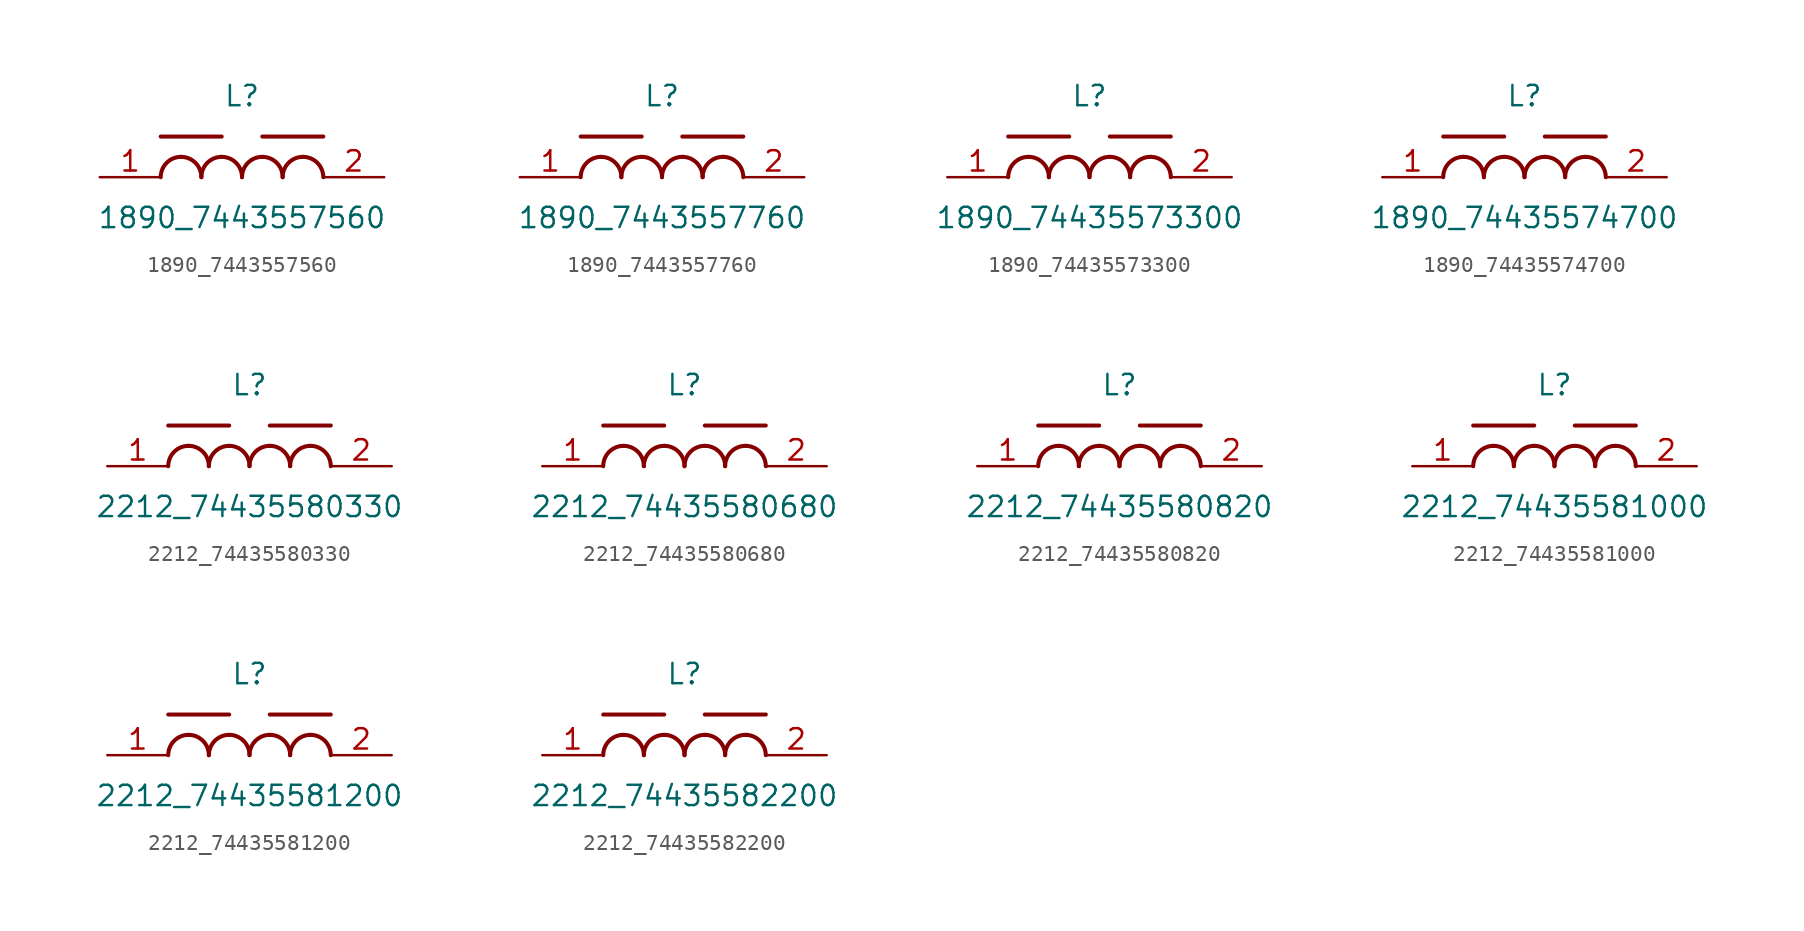
<source format=kicad_sym>
(kicad_symbol_lib
  (version 20211014)
  (generator kicad_symbol_editor)
  (symbol "Inductor_Wurth_WE-HCI:1890_7443557560"
    (pin_names hide)
    (property "Reference" "L"
      (at 0 5.08 0)
      (effects (font (size 1.27 1.27))))
    (property "Value" "1890_7443557560"
      (at 0 -2.54 0)
      (effects (font (size 1.27 1.27))))
    (symbol "1890_7443557560_0_1"
      (arc (start -3.81 1.27) (mid -4.708 0.898) (end -5.08 0) (stroke (width 0.254) (type default) (color 0 0 0 0)) (fill (type none)))
      (arc (start -2.54 0) (mid -2.912 0.898) (end -3.81 1.27) (stroke (width 0.254) (type default) (color 0 0 0 0)) (fill (type none)))
      (arc (start -1.2699 1.2701) (mid -2.1679 0.8981) (end -2.5399 0.0001) (stroke (width 0.254) (type default) (color 0 0 0 0)) (fill (type none)))
      (polyline (pts (xy -5.08 2.54) (xy -1.27 2.54)) (stroke (width 0.254) (type default) (color 0 0 0 0)) (fill (type none)))
      (polyline (pts (xy 5.08 2.54) (xy 1.27 2.54)) (stroke (width 0.254) (type default) (color 0 0 0 0)) (fill (type none)))
      (arc (start 0.0001 0.0001) (mid -0.3719 0.8981) (end -1.2699 1.2701) (stroke (width 0.254) (type default) (color 0 0 0 0)) (fill (type none)))
      (arc (start 1.2701 1.2701) (mid 0.3721 0.8981) (end 0.0001 0.0001) (stroke (width 0.254) (type default) (color 0 0 0 0)) (fill (type none)))
      (arc (start 2.5401 0.0001) (mid 2.1681 0.8981) (end 1.2701 1.2701) (stroke (width 0.254) (type default) (color 0 0 0 0)) (fill (type none)))
      (arc (start 3.8101 1.2701) (mid 2.9121 0.8981) (end 2.5401 0.0001) (stroke (width 0.254) (type default) (color 0 0 0 0)) (fill (type none)))
      (arc (start 5.0801 0.0001) (mid 4.7081 0.8981) (end 3.8101 1.2701) (stroke (width 0.254) (type default) (color 0 0 0 0)) (fill (type none))))
    (symbol "1890_7443557560_1_1"
      (pin passive line (at -8.89 0 0) (length 3.81) (name "1" (effects (font (size 1.27 1.27)))) (number "1" (effects (font (size 1.27 1.27)))))
      (pin passive line (at 8.89 0 180) (length 3.81) (name "2" (effects (font (size 1.27 1.27)))) (number "2" (effects (font (size 1.27 1.27)))))))
  (symbol "Inductor_Wurth_WE-HCI:1890_7443557760"
    (pin_names hide)
    (property "Reference" "L"
      (at 0 5.08 0)
      (effects (font (size 1.27 1.27))))
    (property "Value" "1890_7443557760"
      (at 0 -2.54 0)
      (effects (font (size 1.27 1.27))))
    (symbol "1890_7443557760_0_1"
      (arc (start -3.81 1.27) (mid -4.708 0.898) (end -5.08 0) (stroke (width 0.254) (type default) (color 0 0 0 0)) (fill (type none)))
      (arc (start -2.54 0) (mid -2.912 0.898) (end -3.81 1.27) (stroke (width 0.254) (type default) (color 0 0 0 0)) (fill (type none)))
      (arc (start -1.2699 1.2701) (mid -2.1679 0.8981) (end -2.5399 0.0001) (stroke (width 0.254) (type default) (color 0 0 0 0)) (fill (type none)))
      (polyline (pts (xy -5.08 2.54) (xy -1.27 2.54)) (stroke (width 0.254) (type default) (color 0 0 0 0)) (fill (type none)))
      (polyline (pts (xy 5.08 2.54) (xy 1.27 2.54)) (stroke (width 0.254) (type default) (color 0 0 0 0)) (fill (type none)))
      (arc (start 0.0001 0.0001) (mid -0.3719 0.8981) (end -1.2699 1.2701) (stroke (width 0.254) (type default) (color 0 0 0 0)) (fill (type none)))
      (arc (start 1.2701 1.2701) (mid 0.3721 0.8981) (end 0.0001 0.0001) (stroke (width 0.254) (type default) (color 0 0 0 0)) (fill (type none)))
      (arc (start 2.5401 0.0001) (mid 2.1681 0.8981) (end 1.2701 1.2701) (stroke (width 0.254) (type default) (color 0 0 0 0)) (fill (type none)))
      (arc (start 3.8101 1.2701) (mid 2.9121 0.8981) (end 2.5401 0.0001) (stroke (width 0.254) (type default) (color 0 0 0 0)) (fill (type none)))
      (arc (start 5.0801 0.0001) (mid 4.7081 0.8981) (end 3.8101 1.2701) (stroke (width 0.254) (type default) (color 0 0 0 0)) (fill (type none))))
    (symbol "1890_7443557760_1_1"
      (pin passive line (at -8.89 0 0) (length 3.81) (name "1" (effects (font (size 1.27 1.27)))) (number "1" (effects (font (size 1.27 1.27)))))
      (pin passive line (at 8.89 0 180) (length 3.81) (name "2" (effects (font (size 1.27 1.27)))) (number "2" (effects (font (size 1.27 1.27)))))))
  (symbol "Inductor_Wurth_WE-HCI:1890_74435573300"
    (pin_names hide)
    (property "Reference" "L"
      (at 0 5.08 0)
      (effects (font (size 1.27 1.27))))
    (property "Value" "1890_74435573300"
      (at 0 -2.54 0)
      (effects (font (size 1.27 1.27))))
    (symbol "1890_74435573300_0_1"
      (arc (start -3.81 1.27) (mid -4.708 0.898) (end -5.08 0) (stroke (width 0.254) (type default) (color 0 0 0 0)) (fill (type none)))
      (arc (start -2.54 0) (mid -2.912 0.898) (end -3.81 1.27) (stroke (width 0.254) (type default) (color 0 0 0 0)) (fill (type none)))
      (arc (start -1.2699 1.2701) (mid -2.1679 0.8981) (end -2.5399 0.0001) (stroke (width 0.254) (type default) (color 0 0 0 0)) (fill (type none)))
      (polyline (pts (xy -5.08 2.54) (xy -1.27 2.54)) (stroke (width 0.254) (type default) (color 0 0 0 0)) (fill (type none)))
      (polyline (pts (xy 5.08 2.54) (xy 1.27 2.54)) (stroke (width 0.254) (type default) (color 0 0 0 0)) (fill (type none)))
      (arc (start 0.0001 0.0001) (mid -0.3719 0.8981) (end -1.2699 1.2701) (stroke (width 0.254) (type default) (color 0 0 0 0)) (fill (type none)))
      (arc (start 1.2701 1.2701) (mid 0.3721 0.8981) (end 0.0001 0.0001) (stroke (width 0.254) (type default) (color 0 0 0 0)) (fill (type none)))
      (arc (start 2.5401 0.0001) (mid 2.1681 0.8981) (end 1.2701 1.2701) (stroke (width 0.254) (type default) (color 0 0 0 0)) (fill (type none)))
      (arc (start 3.8101 1.2701) (mid 2.9121 0.8981) (end 2.5401 0.0001) (stroke (width 0.254) (type default) (color 0 0 0 0)) (fill (type none)))
      (arc (start 5.0801 0.0001) (mid 4.7081 0.8981) (end 3.8101 1.2701) (stroke (width 0.254) (type default) (color 0 0 0 0)) (fill (type none))))
    (symbol "1890_74435573300_1_1"
      (pin passive line (at -8.89 0 0) (length 3.81) (name "1" (effects (font (size 1.27 1.27)))) (number "1" (effects (font (size 1.27 1.27)))))
      (pin passive line (at 8.89 0 180) (length 3.81) (name "2" (effects (font (size 1.27 1.27)))) (number "2" (effects (font (size 1.27 1.27)))))))
  (symbol "Inductor_Wurth_WE-HCI:1890_74435574700"
    (pin_names hide)
    (property "Reference" "L"
      (at 0 5.08 0)
      (effects (font (size 1.27 1.27))))
    (property "Value" "1890_74435574700"
      (at 0 -2.54 0)
      (effects (font (size 1.27 1.27))))
    (symbol "1890_74435574700_0_1"
      (arc (start -3.81 1.27) (mid -4.708 0.898) (end -5.08 0) (stroke (width 0.254) (type default) (color 0 0 0 0)) (fill (type none)))
      (arc (start -2.54 0) (mid -2.912 0.898) (end -3.81 1.27) (stroke (width 0.254) (type default) (color 0 0 0 0)) (fill (type none)))
      (arc (start -1.2699 1.2701) (mid -2.1679 0.8981) (end -2.5399 0.0001) (stroke (width 0.254) (type default) (color 0 0 0 0)) (fill (type none)))
      (polyline (pts (xy -5.08 2.54) (xy -1.27 2.54)) (stroke (width 0.254) (type default) (color 0 0 0 0)) (fill (type none)))
      (polyline (pts (xy 5.08 2.54) (xy 1.27 2.54)) (stroke (width 0.254) (type default) (color 0 0 0 0)) (fill (type none)))
      (arc (start 0.0001 0.0001) (mid -0.3719 0.8981) (end -1.2699 1.2701) (stroke (width 0.254) (type default) (color 0 0 0 0)) (fill (type none)))
      (arc (start 1.2701 1.2701) (mid 0.3721 0.8981) (end 0.0001 0.0001) (stroke (width 0.254) (type default) (color 0 0 0 0)) (fill (type none)))
      (arc (start 2.5401 0.0001) (mid 2.1681 0.8981) (end 1.2701 1.2701) (stroke (width 0.254) (type default) (color 0 0 0 0)) (fill (type none)))
      (arc (start 3.8101 1.2701) (mid 2.9121 0.8981) (end 2.5401 0.0001) (stroke (width 0.254) (type default) (color 0 0 0 0)) (fill (type none)))
      (arc (start 5.0801 0.0001) (mid 4.7081 0.8981) (end 3.8101 1.2701) (stroke (width 0.254) (type default) (color 0 0 0 0)) (fill (type none))))
    (symbol "1890_74435574700_1_1"
      (pin passive line (at -8.89 0 0) (length 3.81) (name "1" (effects (font (size 1.27 1.27)))) (number "1" (effects (font (size 1.27 1.27)))))
      (pin passive line (at 8.89 0 180) (length 3.81) (name "2" (effects (font (size 1.27 1.27)))) (number "2" (effects (font (size 1.27 1.27)))))))
  (symbol "Inductor_Wurth_WE-HCI:2212_74435580330"
    (pin_names hide)
    (property "Reference" "L"
      (at 0 5.08 0)
      (effects (font (size 1.27 1.27))))
    (property "Value" "2212_74435580330"
      (at 0 -2.54 0)
      (effects (font (size 1.27 1.27))))
    (symbol "2212_74435580330_0_1"
      (arc (start -3.81 1.27) (mid -4.708 0.898) (end -5.08 0) (stroke (width 0.254) (type default) (color 0 0 0 0)) (fill (type none)))
      (arc (start -2.54 0) (mid -2.912 0.898) (end -3.81 1.27) (stroke (width 0.254) (type default) (color 0 0 0 0)) (fill (type none)))
      (arc (start -1.2699 1.2701) (mid -2.1679 0.8981) (end -2.5399 0.0001) (stroke (width 0.254) (type default) (color 0 0 0 0)) (fill (type none)))
      (polyline (pts (xy -5.08 2.54) (xy -1.27 2.54)) (stroke (width 0.254) (type default) (color 0 0 0 0)) (fill (type none)))
      (polyline (pts (xy 5.08 2.54) (xy 1.27 2.54)) (stroke (width 0.254) (type default) (color 0 0 0 0)) (fill (type none)))
      (arc (start 0.0001 0.0001) (mid -0.3719 0.8981) (end -1.2699 1.2701) (stroke (width 0.254) (type default) (color 0 0 0 0)) (fill (type none)))
      (arc (start 1.2701 1.2701) (mid 0.3721 0.8981) (end 0.0001 0.0001) (stroke (width 0.254) (type default) (color 0 0 0 0)) (fill (type none)))
      (arc (start 2.5401 0.0001) (mid 2.1681 0.8981) (end 1.2701 1.2701) (stroke (width 0.254) (type default) (color 0 0 0 0)) (fill (type none)))
      (arc (start 3.8101 1.2701) (mid 2.9121 0.8981) (end 2.5401 0.0001) (stroke (width 0.254) (type default) (color 0 0 0 0)) (fill (type none)))
      (arc (start 5.0801 0.0001) (mid 4.7081 0.8981) (end 3.8101 1.2701) (stroke (width 0.254) (type default) (color 0 0 0 0)) (fill (type none))))
    (symbol "2212_74435580330_1_1"
      (pin passive line (at -8.89 0 0) (length 3.81) (name "1" (effects (font (size 1.27 1.27)))) (number "1" (effects (font (size 1.27 1.27)))))
      (pin passive line (at 8.89 0 180) (length 3.81) (name "2" (effects (font (size 1.27 1.27)))) (number "2" (effects (font (size 1.27 1.27)))))))
  (symbol "Inductor_Wurth_WE-HCI:2212_74435580680"
    (pin_names hide)
    (property "Reference" "L"
      (at 0 5.08 0)
      (effects (font (size 1.27 1.27))))
    (property "Value" "2212_74435580680"
      (at 0 -2.54 0)
      (effects (font (size 1.27 1.27))))
    (symbol "2212_74435580680_0_1"
      (arc (start -3.81 1.27) (mid -4.708 0.898) (end -5.08 0) (stroke (width 0.254) (type default) (color 0 0 0 0)) (fill (type none)))
      (arc (start -2.54 0) (mid -2.912 0.898) (end -3.81 1.27) (stroke (width 0.254) (type default) (color 0 0 0 0)) (fill (type none)))
      (arc (start -1.2699 1.2701) (mid -2.1679 0.8981) (end -2.5399 0.0001) (stroke (width 0.254) (type default) (color 0 0 0 0)) (fill (type none)))
      (polyline (pts (xy -5.08 2.54) (xy -1.27 2.54)) (stroke (width 0.254) (type default) (color 0 0 0 0)) (fill (type none)))
      (polyline (pts (xy 5.08 2.54) (xy 1.27 2.54)) (stroke (width 0.254) (type default) (color 0 0 0 0)) (fill (type none)))
      (arc (start 0.0001 0.0001) (mid -0.3719 0.8981) (end -1.2699 1.2701) (stroke (width 0.254) (type default) (color 0 0 0 0)) (fill (type none)))
      (arc (start 1.2701 1.2701) (mid 0.3721 0.8981) (end 0.0001 0.0001) (stroke (width 0.254) (type default) (color 0 0 0 0)) (fill (type none)))
      (arc (start 2.5401 0.0001) (mid 2.1681 0.8981) (end 1.2701 1.2701) (stroke (width 0.254) (type default) (color 0 0 0 0)) (fill (type none)))
      (arc (start 3.8101 1.2701) (mid 2.9121 0.8981) (end 2.5401 0.0001) (stroke (width 0.254) (type default) (color 0 0 0 0)) (fill (type none)))
      (arc (start 5.0801 0.0001) (mid 4.7081 0.8981) (end 3.8101 1.2701) (stroke (width 0.254) (type default) (color 0 0 0 0)) (fill (type none))))
    (symbol "2212_74435580680_1_1"
      (pin passive line (at -8.89 0 0) (length 3.81) (name "1" (effects (font (size 1.27 1.27)))) (number "1" (effects (font (size 1.27 1.27)))))
      (pin passive line (at 8.89 0 180) (length 3.81) (name "2" (effects (font (size 1.27 1.27)))) (number "2" (effects (font (size 1.27 1.27)))))))
  (symbol "Inductor_Wurth_WE-HCI:2212_74435580820"
    (pin_names hide)
    (property "Reference" "L"
      (at 0 5.08 0)
      (effects (font (size 1.27 1.27))))
    (property "Value" "2212_74435580820"
      (at 0 -2.54 0)
      (effects (font (size 1.27 1.27))))
    (symbol "2212_74435580820_0_1"
      (arc (start -3.81 1.27) (mid -4.708 0.898) (end -5.08 0) (stroke (width 0.254) (type default) (color 0 0 0 0)) (fill (type none)))
      (arc (start -2.54 0) (mid -2.912 0.898) (end -3.81 1.27) (stroke (width 0.254) (type default) (color 0 0 0 0)) (fill (type none)))
      (arc (start -1.2699 1.2701) (mid -2.1679 0.8981) (end -2.5399 0.0001) (stroke (width 0.254) (type default) (color 0 0 0 0)) (fill (type none)))
      (polyline (pts (xy -5.08 2.54) (xy -1.27 2.54)) (stroke (width 0.254) (type default) (color 0 0 0 0)) (fill (type none)))
      (polyline (pts (xy 5.08 2.54) (xy 1.27 2.54)) (stroke (width 0.254) (type default) (color 0 0 0 0)) (fill (type none)))
      (arc (start 0.0001 0.0001) (mid -0.3719 0.8981) (end -1.2699 1.2701) (stroke (width 0.254) (type default) (color 0 0 0 0)) (fill (type none)))
      (arc (start 1.2701 1.2701) (mid 0.3721 0.8981) (end 0.0001 0.0001) (stroke (width 0.254) (type default) (color 0 0 0 0)) (fill (type none)))
      (arc (start 2.5401 0.0001) (mid 2.1681 0.8981) (end 1.2701 1.2701) (stroke (width 0.254) (type default) (color 0 0 0 0)) (fill (type none)))
      (arc (start 3.8101 1.2701) (mid 2.9121 0.8981) (end 2.5401 0.0001) (stroke (width 0.254) (type default) (color 0 0 0 0)) (fill (type none)))
      (arc (start 5.0801 0.0001) (mid 4.7081 0.8981) (end 3.8101 1.2701) (stroke (width 0.254) (type default) (color 0 0 0 0)) (fill (type none))))
    (symbol "2212_74435580820_1_1"
      (pin passive line (at -8.89 0 0) (length 3.81) (name "1" (effects (font (size 1.27 1.27)))) (number "1" (effects (font (size 1.27 1.27)))))
      (pin passive line (at 8.89 0 180) (length 3.81) (name "2" (effects (font (size 1.27 1.27)))) (number "2" (effects (font (size 1.27 1.27)))))))
  (symbol "Inductor_Wurth_WE-HCI:2212_74435581000"
    (pin_names hide)
    (property "Reference" "L"
      (at 0 5.08 0)
      (effects (font (size 1.27 1.27))))
    (property "Value" "2212_74435581000"
      (at 0 -2.54 0)
      (effects (font (size 1.27 1.27))))
    (symbol "2212_74435581000_0_1"
      (arc (start -3.81 1.27) (mid -4.708 0.898) (end -5.08 0) (stroke (width 0.254) (type default) (color 0 0 0 0)) (fill (type none)))
      (arc (start -2.54 0) (mid -2.912 0.898) (end -3.81 1.27) (stroke (width 0.254) (type default) (color 0 0 0 0)) (fill (type none)))
      (arc (start -1.2699 1.2701) (mid -2.1679 0.8981) (end -2.5399 0.0001) (stroke (width 0.254) (type default) (color 0 0 0 0)) (fill (type none)))
      (polyline (pts (xy -5.08 2.54) (xy -1.27 2.54)) (stroke (width 0.254) (type default) (color 0 0 0 0)) (fill (type none)))
      (polyline (pts (xy 5.08 2.54) (xy 1.27 2.54)) (stroke (width 0.254) (type default) (color 0 0 0 0)) (fill (type none)))
      (arc (start 0.0001 0.0001) (mid -0.3719 0.8981) (end -1.2699 1.2701) (stroke (width 0.254) (type default) (color 0 0 0 0)) (fill (type none)))
      (arc (start 1.2701 1.2701) (mid 0.3721 0.8981) (end 0.0001 0.0001) (stroke (width 0.254) (type default) (color 0 0 0 0)) (fill (type none)))
      (arc (start 2.5401 0.0001) (mid 2.1681 0.8981) (end 1.2701 1.2701) (stroke (width 0.254) (type default) (color 0 0 0 0)) (fill (type none)))
      (arc (start 3.8101 1.2701) (mid 2.9121 0.8981) (end 2.5401 0.0001) (stroke (width 0.254) (type default) (color 0 0 0 0)) (fill (type none)))
      (arc (start 5.0801 0.0001) (mid 4.7081 0.8981) (end 3.8101 1.2701) (stroke (width 0.254) (type default) (color 0 0 0 0)) (fill (type none))))
    (symbol "2212_74435581000_1_1"
      (pin passive line (at -8.89 0 0) (length 3.81) (name "1" (effects (font (size 1.27 1.27)))) (number "1" (effects (font (size 1.27 1.27)))))
      (pin passive line (at 8.89 0 180) (length 3.81) (name "2" (effects (font (size 1.27 1.27)))) (number "2" (effects (font (size 1.27 1.27)))))))
  (symbol "Inductor_Wurth_WE-HCI:2212_74435581200"
    (pin_names hide)
    (property "Reference" "L"
      (at 0 5.08 0)
      (effects (font (size 1.27 1.27))))
    (property "Value" "2212_74435581200"
      (at 0 -2.54 0)
      (effects (font (size 1.27 1.27))))
    (symbol "2212_74435581200_0_1"
      (arc (start -3.81 1.27) (mid -4.708 0.898) (end -5.08 0) (stroke (width 0.254) (type default) (color 0 0 0 0)) (fill (type none)))
      (arc (start -2.54 0) (mid -2.912 0.898) (end -3.81 1.27) (stroke (width 0.254) (type default) (color 0 0 0 0)) (fill (type none)))
      (arc (start -1.2699 1.2701) (mid -2.1679 0.8981) (end -2.5399 0.0001) (stroke (width 0.254) (type default) (color 0 0 0 0)) (fill (type none)))
      (polyline (pts (xy -5.08 2.54) (xy -1.27 2.54)) (stroke (width 0.254) (type default) (color 0 0 0 0)) (fill (type none)))
      (polyline (pts (xy 5.08 2.54) (xy 1.27 2.54)) (stroke (width 0.254) (type default) (color 0 0 0 0)) (fill (type none)))
      (arc (start 0.0001 0.0001) (mid -0.3719 0.8981) (end -1.2699 1.2701) (stroke (width 0.254) (type default) (color 0 0 0 0)) (fill (type none)))
      (arc (start 1.2701 1.2701) (mid 0.3721 0.8981) (end 0.0001 0.0001) (stroke (width 0.254) (type default) (color 0 0 0 0)) (fill (type none)))
      (arc (start 2.5401 0.0001) (mid 2.1681 0.8981) (end 1.2701 1.2701) (stroke (width 0.254) (type default) (color 0 0 0 0)) (fill (type none)))
      (arc (start 3.8101 1.2701) (mid 2.9121 0.8981) (end 2.5401 0.0001) (stroke (width 0.254) (type default) (color 0 0 0 0)) (fill (type none)))
      (arc (start 5.0801 0.0001) (mid 4.7081 0.8981) (end 3.8101 1.2701) (stroke (width 0.254) (type default) (color 0 0 0 0)) (fill (type none))))
    (symbol "2212_74435581200_1_1"
      (pin passive line (at -8.89 0 0) (length 3.81) (name "1" (effects (font (size 1.27 1.27)))) (number "1" (effects (font (size 1.27 1.27)))))
      (pin passive line (at 8.89 0 180) (length 3.81) (name "2" (effects (font (size 1.27 1.27)))) (number "2" (effects (font (size 1.27 1.27)))))))
  (symbol "Inductor_Wurth_WE-HCI:2212_74435582200"
    (pin_names hide)
    (property "Reference" "L"
      (at 0 5.08 0)
      (effects (font (size 1.27 1.27))))
    (property "Value" "2212_74435582200"
      (at 0 -2.54 0)
      (effects (font (size 1.27 1.27))))
    (symbol "2212_74435582200_0_1"
      (arc (start -3.81 1.27) (mid -4.708 0.898) (end -5.08 0) (stroke (width 0.254) (type default) (color 0 0 0 0)) (fill (type none)))
      (arc (start -2.54 0) (mid -2.912 0.898) (end -3.81 1.27) (stroke (width 0.254) (type default) (color 0 0 0 0)) (fill (type none)))
      (arc (start -1.2699 1.2701) (mid -2.1679 0.8981) (end -2.5399 0.0001) (stroke (width 0.254) (type default) (color 0 0 0 0)) (fill (type none)))
      (polyline (pts (xy -5.08 2.54) (xy -1.27 2.54)) (stroke (width 0.254) (type default) (color 0 0 0 0)) (fill (type none)))
      (polyline (pts (xy 5.08 2.54) (xy 1.27 2.54)) (stroke (width 0.254) (type default) (color 0 0 0 0)) (fill (type none)))
      (arc (start 0.0001 0.0001) (mid -0.3719 0.8981) (end -1.2699 1.2701) (stroke (width 0.254) (type default) (color 0 0 0 0)) (fill (type none)))
      (arc (start 1.2701 1.2701) (mid 0.3721 0.8981) (end 0.0001 0.0001) (stroke (width 0.254) (type default) (color 0 0 0 0)) (fill (type none)))
      (arc (start 2.5401 0.0001) (mid 2.1681 0.8981) (end 1.2701 1.2701) (stroke (width 0.254) (type default) (color 0 0 0 0)) (fill (type none)))
      (arc (start 3.8101 1.2701) (mid 2.9121 0.8981) (end 2.5401 0.0001) (stroke (width 0.254) (type default) (color 0 0 0 0)) (fill (type none)))
      (arc (start 5.0801 0.0001) (mid 4.7081 0.8981) (end 3.8101 1.2701) (stroke (width 0.254) (type default) (color 0 0 0 0)) (fill (type none))))
    (symbol "2212_74435582200_1_1"
      (pin passive line (at -8.89 0 0) (length 3.81) (name "1" (effects (font (size 1.27 1.27)))) (number "1" (effects (font (size 1.27 1.27)))))
      (pin passive line (at 8.89 0 180) (length 3.81) (name "2" (effects (font (size 1.27 1.27)))) (number "2" (effects (font (size 1.27 1.27))))))))
</source>
